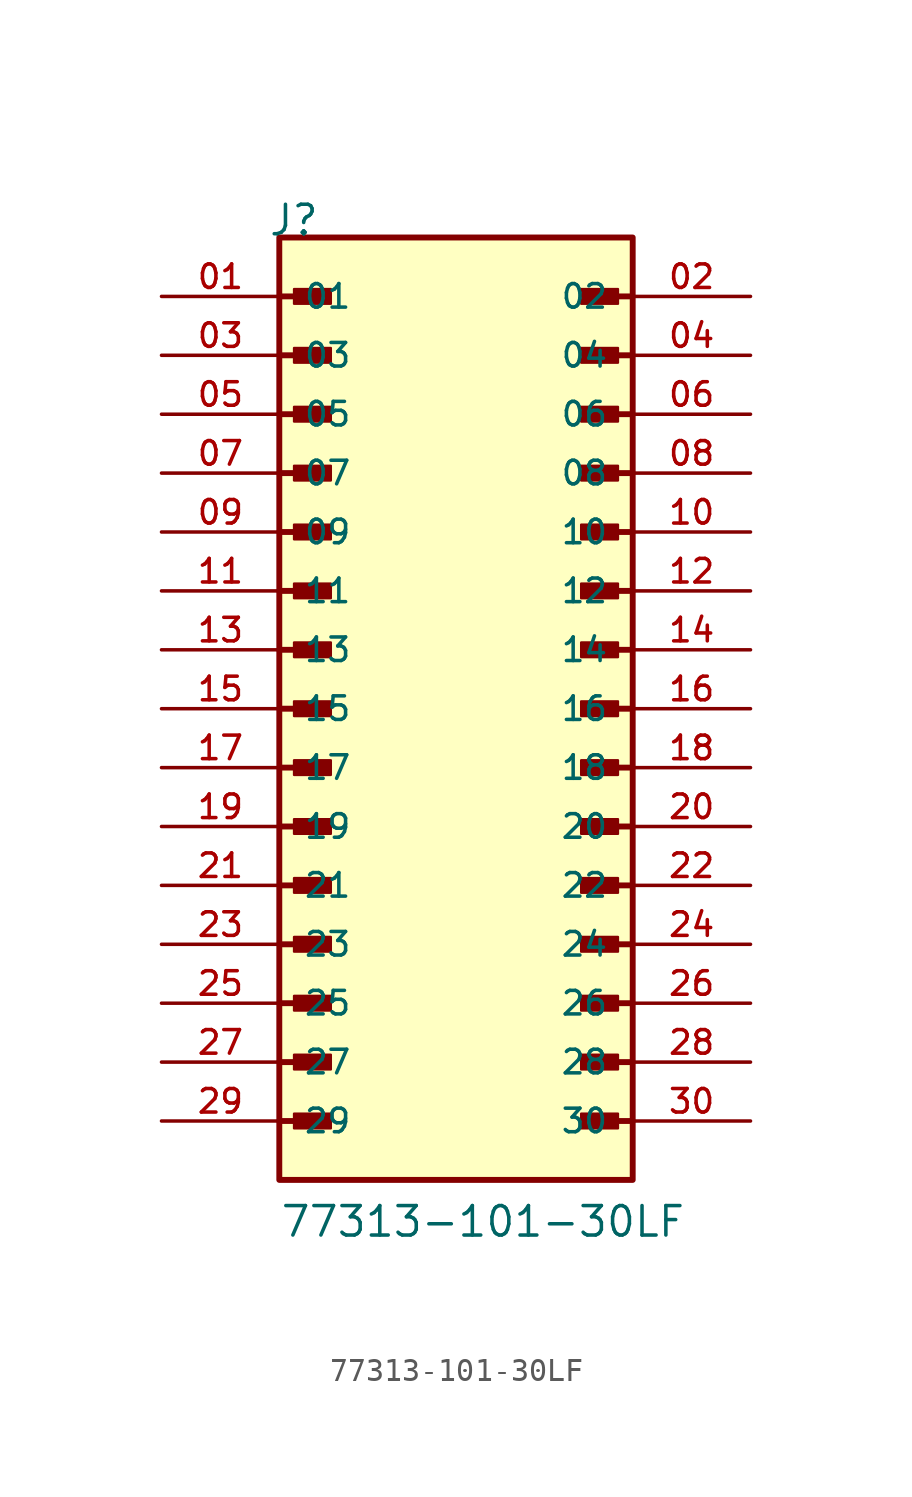
<source format=kicad_sym>
(kicad_symbol_lib
  (version 20211014)
  (generator kicad_symbol_editor)
  (symbol "77313-101-30LF"
    (pin_names
      (offset 1.016))
    (property "Reference" "J"
      (at -8.12 20.32 0)
      (effects (font (size 1.27 1.27)) (justify bottom left)))
    (property "Value" "77313-101-30LF"
      (at -7.62 -22.86 0)
      (effects (font (size 1.27 1.27)) (justify bottom left)))
    (symbol "77313-101-30LF_0_0"
      (polyline (pts (xy -7.62 17.78) (xy -5.715 17.78)) (stroke (width 0.254)))
      (rectangle (start -6.985 17.462) (end -5.397 18.098) (stroke (width 0.1)) (fill (type outline)))
      (polyline (pts (xy 7.62 17.78) (xy 5.715 17.78)) (stroke (width 0.254)))
      (rectangle (start 6.985 17.462) (end 5.397 18.098) (stroke (width 0.1)) (fill (type outline)))
      (polyline (pts (xy -7.62 15.24) (xy -5.715 15.24)) (stroke (width 0.254)))
      (rectangle (start -6.985 14.922) (end -5.397 15.557) (stroke (width 0.1)) (fill (type outline)))
      (polyline (pts (xy 7.62 15.24) (xy 5.715 15.24)) (stroke (width 0.254)))
      (rectangle (start 6.985 14.922) (end 5.397 15.557) (stroke (width 0.1)) (fill (type outline)))
      (polyline (pts (xy -7.62 12.7) (xy -5.715 12.7)) (stroke (width 0.254)))
      (rectangle (start -6.985 12.383) (end -5.397 13.018) (stroke (width 0.1)) (fill (type outline)))
      (polyline (pts (xy 7.62 12.7) (xy 5.715 12.7)) (stroke (width 0.254)))
      (rectangle (start 6.985 12.383) (end 5.397 13.018) (stroke (width 0.1)) (fill (type outline)))
      (polyline (pts (xy -7.62 10.16) (xy -5.715 10.16)) (stroke (width 0.254)))
      (rectangle (start -6.985 9.842) (end -5.397 10.477) (stroke (width 0.1)) (fill (type outline)))
      (polyline (pts (xy 7.62 10.16) (xy 5.715 10.16)) (stroke (width 0.254)))
      (rectangle (start 6.985 9.842) (end 5.397 10.477) (stroke (width 0.1)) (fill (type outline)))
      (polyline (pts (xy -7.62 7.62) (xy -5.715 7.62)) (stroke (width 0.254)))
      (rectangle (start -6.985 7.303) (end -5.397 7.938) (stroke (width 0.1)) (fill (type outline)))
      (polyline (pts (xy 7.62 7.62) (xy 5.715 7.62)) (stroke (width 0.254)))
      (rectangle (start 6.985 7.303) (end 5.397 7.938) (stroke (width 0.1)) (fill (type outline)))
      (polyline (pts (xy -7.62 5.08) (xy -5.715 5.08)) (stroke (width 0.254)))
      (rectangle (start -6.985 4.763) (end -5.397 5.397) (stroke (width 0.1)) (fill (type outline)))
      (polyline (pts (xy 7.62 5.08) (xy 5.715 5.08)) (stroke (width 0.254)))
      (rectangle (start 6.985 4.763) (end 5.397 5.397) (stroke (width 0.1)) (fill (type outline)))
      (polyline (pts (xy -7.62 2.54) (xy -5.715 2.54)) (stroke (width 0.254)))
      (rectangle (start -6.985 2.223) (end -5.397 2.857) (stroke (width 0.1)) (fill (type outline)))
      (polyline (pts (xy 7.62 2.54) (xy 5.715 2.54)) (stroke (width 0.254)))
      (rectangle (start 6.985 2.223) (end 5.397 2.857) (stroke (width 0.1)) (fill (type outline)))
      (polyline (pts (xy -7.62 0.0) (xy -5.715 0.0)) (stroke (width 0.254)))
      (rectangle (start -6.985 -0.318) (end -5.397 0.318) (stroke (width 0.1)) (fill (type outline)))
      (polyline (pts (xy 7.62 0.0) (xy 5.715 0.0)) (stroke (width 0.254)))
      (rectangle (start 6.985 -0.318) (end 5.397 0.318) (stroke (width 0.1)) (fill (type outline)))
      (polyline (pts (xy -7.62 -2.54) (xy -5.715 -2.54)) (stroke (width 0.254)))
      (rectangle (start -6.985 -2.857) (end -5.397 -2.223) (stroke (width 0.1)) (fill (type outline)))
      (polyline (pts (xy 7.62 -2.54) (xy 5.715 -2.54)) (stroke (width 0.254)))
      (rectangle (start 6.985 -2.857) (end 5.397 -2.223) (stroke (width 0.1)) (fill (type outline)))
      (polyline (pts (xy -7.62 -5.08) (xy -5.715 -5.08)) (stroke (width 0.254)))
      (rectangle (start -6.985 -5.397) (end -5.397 -4.763) (stroke (width 0.1)) (fill (type outline)))
      (polyline (pts (xy 7.62 -5.08) (xy 5.715 -5.08)) (stroke (width 0.254)))
      (rectangle (start 6.985 -5.397) (end 5.397 -4.763) (stroke (width 0.1)) (fill (type outline)))
      (polyline (pts (xy -7.62 -7.62) (xy -5.715 -7.62)) (stroke (width 0.254)))
      (rectangle (start -6.985 -7.938) (end -5.397 -7.303) (stroke (width 0.1)) (fill (type outline)))
      (polyline (pts (xy 7.62 -7.62) (xy 5.715 -7.62)) (stroke (width 0.254)))
      (rectangle (start 6.985 -7.938) (end 5.397 -7.303) (stroke (width 0.1)) (fill (type outline)))
      (polyline (pts (xy -7.62 -10.16) (xy -5.715 -10.16)) (stroke (width 0.254)))
      (rectangle (start -6.985 -10.477) (end -5.397 -9.842) (stroke (width 0.1)) (fill (type outline)))
      (polyline (pts (xy 7.62 -10.16) (xy 5.715 -10.16)) (stroke (width 0.254)))
      (rectangle (start 6.985 -10.477) (end 5.397 -9.842) (stroke (width 0.1)) (fill (type outline)))
      (polyline (pts (xy -7.62 -12.7) (xy -5.715 -12.7)) (stroke (width 0.254)))
      (rectangle (start -6.985 -13.018) (end -5.397 -12.383) (stroke (width 0.1)) (fill (type outline)))
      (polyline (pts (xy 7.62 -12.7) (xy 5.715 -12.7)) (stroke (width 0.254)))
      (rectangle (start 6.985 -13.018) (end 5.397 -12.383) (stroke (width 0.1)) (fill (type outline)))
      (polyline (pts (xy -7.62 -15.24) (xy -5.715 -15.24)) (stroke (width 0.254)))
      (rectangle (start -6.985 -15.557) (end -5.397 -14.922) (stroke (width 0.1)) (fill (type outline)))
      (polyline (pts (xy 7.62 -15.24) (xy 5.715 -15.24)) (stroke (width 0.254)))
      (rectangle (start 6.985 -15.557) (end 5.397 -14.922) (stroke (width 0.1)) (fill (type outline)))
      (polyline (pts (xy -7.62 -17.78) (xy -5.715 -17.78)) (stroke (width 0.254)))
      (rectangle (start -6.985 -18.098) (end -5.397 -17.462) (stroke (width 0.1)) (fill (type outline)))
      (polyline (pts (xy 7.62 -17.78) (xy 5.715 -17.78)) (stroke (width 0.254)))
      (rectangle (start 6.985 -18.098) (end 5.397 -17.462) (stroke (width 0.1)) (fill (type outline)))
      (rectangle (start -7.62 -20.32) (end 7.62 20.32) (stroke (width 0.254)) (fill (type background)))
      (pin passive line (at -12.7 17.78 0) (length 5.08) (name "01" (effects (font (size 1.016 1.016)))) (number "01" (effects (font (size 1.016 1.016)))))
      (pin passive line (at 12.7 17.78 180.0) (length 5.08) (name "02" (effects (font (size 1.016 1.016)))) (number "02" (effects (font (size 1.016 1.016)))))
      (pin passive line (at -12.7 15.24 0) (length 5.08) (name "03" (effects (font (size 1.016 1.016)))) (number "03" (effects (font (size 1.016 1.016)))))
      (pin passive line (at 12.7 15.24 180.0) (length 5.08) (name "04" (effects (font (size 1.016 1.016)))) (number "04" (effects (font (size 1.016 1.016)))))
      (pin passive line (at -12.7 12.7 0) (length 5.08) (name "05" (effects (font (size 1.016 1.016)))) (number "05" (effects (font (size 1.016 1.016)))))
      (pin passive line (at 12.7 12.7 180.0) (length 5.08) (name "06" (effects (font (size 1.016 1.016)))) (number "06" (effects (font (size 1.016 1.016)))))
      (pin passive line (at -12.7 10.16 0) (length 5.08) (name "07" (effects (font (size 1.016 1.016)))) (number "07" (effects (font (size 1.016 1.016)))))
      (pin passive line (at 12.7 10.16 180.0) (length 5.08) (name "08" (effects (font (size 1.016 1.016)))) (number "08" (effects (font (size 1.016 1.016)))))
      (pin passive line (at -12.7 7.62 0) (length 5.08) (name "09" (effects (font (size 1.016 1.016)))) (number "09" (effects (font (size 1.016 1.016)))))
      (pin passive line (at 12.7 7.62 180.0) (length 5.08) (name "10" (effects (font (size 1.016 1.016)))) (number "10" (effects (font (size 1.016 1.016)))))
      (pin passive line (at -12.7 5.08 0) (length 5.08) (name "11" (effects (font (size 1.016 1.016)))) (number "11" (effects (font (size 1.016 1.016)))))
      (pin passive line (at 12.7 5.08 180.0) (length 5.08) (name "12" (effects (font (size 1.016 1.016)))) (number "12" (effects (font (size 1.016 1.016)))))
      (pin passive line (at -12.7 2.54 0) (length 5.08) (name "13" (effects (font (size 1.016 1.016)))) (number "13" (effects (font (size 1.016 1.016)))))
      (pin passive line (at 12.7 2.54 180.0) (length 5.08) (name "14" (effects (font (size 1.016 1.016)))) (number "14" (effects (font (size 1.016 1.016)))))
      (pin passive line (at -12.7 0.0 0) (length 5.08) (name "15" (effects (font (size 1.016 1.016)))) (number "15" (effects (font (size 1.016 1.016)))))
      (pin passive line (at 12.7 0.0 180.0) (length 5.08) (name "16" (effects (font (size 1.016 1.016)))) (number "16" (effects (font (size 1.016 1.016)))))
      (pin passive line (at -12.7 -2.54 0) (length 5.08) (name "17" (effects (font (size 1.016 1.016)))) (number "17" (effects (font (size 1.016 1.016)))))
      (pin passive line (at 12.7 -2.54 180.0) (length 5.08) (name "18" (effects (font (size 1.016 1.016)))) (number "18" (effects (font (size 1.016 1.016)))))
      (pin passive line (at -12.7 -5.08 0) (length 5.08) (name "19" (effects (font (size 1.016 1.016)))) (number "19" (effects (font (size 1.016 1.016)))))
      (pin passive line (at 12.7 -5.08 180.0) (length 5.08) (name "20" (effects (font (size 1.016 1.016)))) (number "20" (effects (font (size 1.016 1.016)))))
      (pin passive line (at -12.7 -7.62 0) (length 5.08) (name "21" (effects (font (size 1.016 1.016)))) (number "21" (effects (font (size 1.016 1.016)))))
      (pin passive line (at 12.7 -7.62 180.0) (length 5.08) (name "22" (effects (font (size 1.016 1.016)))) (number "22" (effects (font (size 1.016 1.016)))))
      (pin passive line (at -12.7 -10.16 0) (length 5.08) (name "23" (effects (font (size 1.016 1.016)))) (number "23" (effects (font (size 1.016 1.016)))))
      (pin passive line (at 12.7 -10.16 180.0) (length 5.08) (name "24" (effects (font (size 1.016 1.016)))) (number "24" (effects (font (size 1.016 1.016)))))
      (pin passive line (at -12.7 -12.7 0) (length 5.08) (name "25" (effects (font (size 1.016 1.016)))) (number "25" (effects (font (size 1.016 1.016)))))
      (pin passive line (at 12.7 -12.7 180.0) (length 5.08) (name "26" (effects (font (size 1.016 1.016)))) (number "26" (effects (font (size 1.016 1.016)))))
      (pin passive line (at -12.7 -15.24 0) (length 5.08) (name "27" (effects (font (size 1.016 1.016)))) (number "27" (effects (font (size 1.016 1.016)))))
      (pin passive line (at 12.7 -15.24 180.0) (length 5.08) (name "28" (effects (font (size 1.016 1.016)))) (number "28" (effects (font (size 1.016 1.016)))))
      (pin passive line (at -12.7 -17.78 0) (length 5.08) (name "29" (effects (font (size 1.016 1.016)))) (number "29" (effects (font (size 1.016 1.016)))))
      (pin passive line (at 12.7 -17.78 180.0) (length 5.08) (name "30" (effects (font (size 1.016 1.016)))) (number "30" (effects (font (size 1.016 1.016))))))))
</source>
